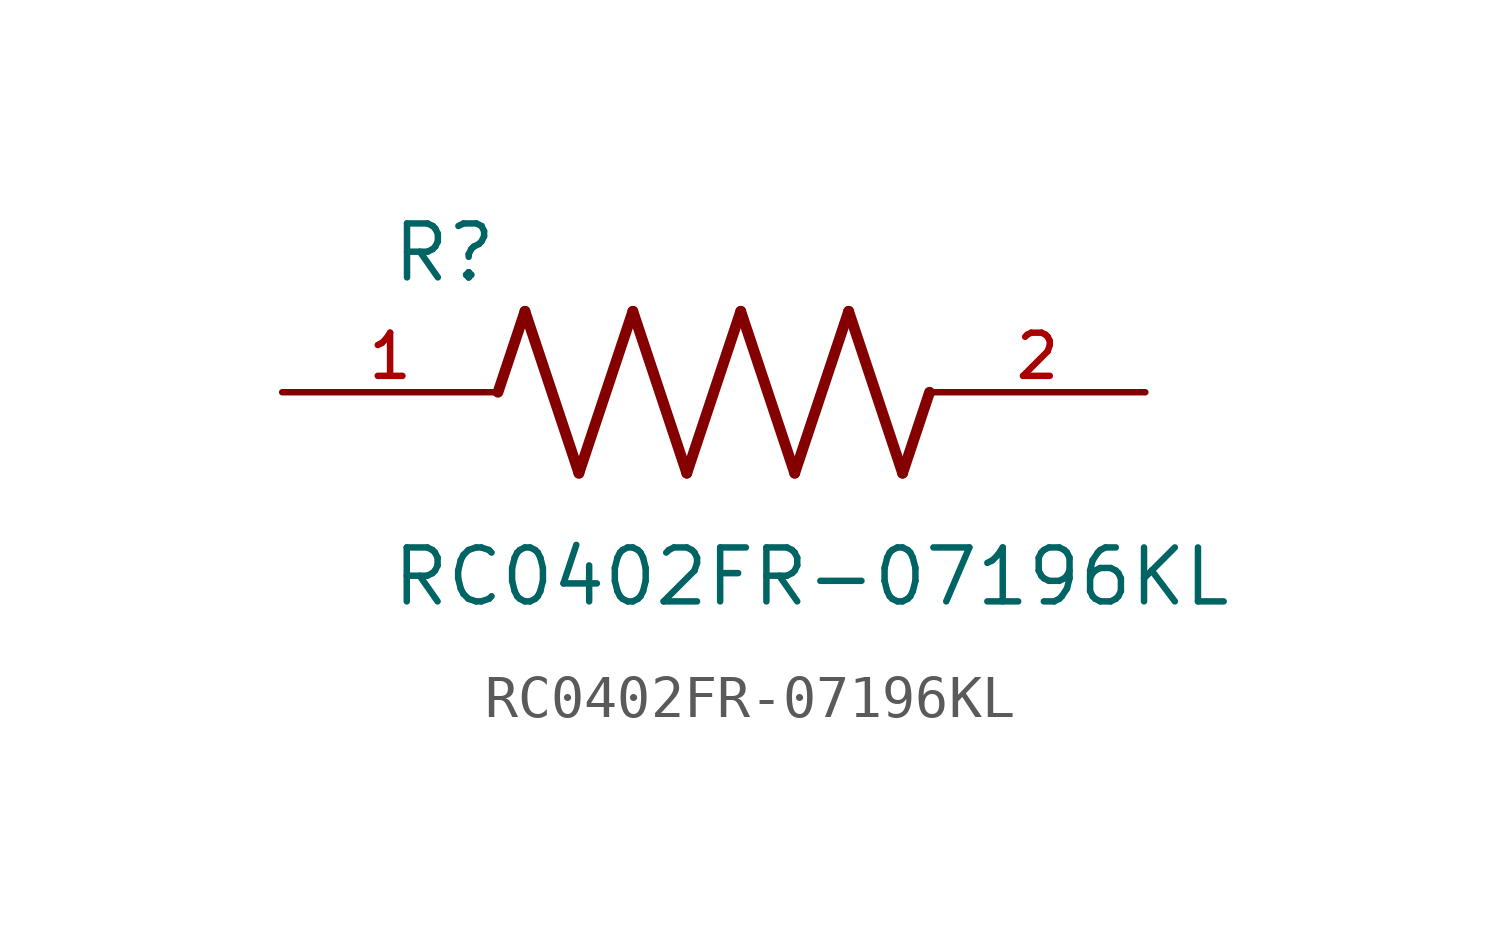
<source format=kicad_sym>
(kicad_symbol_lib
  (version 20211014)
  (generator kicad_symbol_editor)
  (symbol "RC0402FR-07196KL"
    (pin_names
      (offset 1.016))
    (property "Reference" "R"
      (at -7.624 2.541 0)
      (effects (font (size 1.27 1.27)) (justify bottom left)))
    (property "Value" "RC0402FR-07196KL"
      (at -7.63 -5.087 0)
      (effects (font (size 1.27 1.27)) (justify bottom left)))
    (symbol "RC0402FR-07196KL_0_0"
      (polyline (pts (xy -5.08 0.0) (xy -4.445 1.905)) (stroke (width 0.254)))
      (polyline (pts (xy -4.445 1.905) (xy -3.175 -1.905)) (stroke (width 0.254)))
      (polyline (pts (xy -3.175 -1.905) (xy -1.905 1.905)) (stroke (width 0.254)))
      (polyline (pts (xy -1.905 1.905) (xy -0.635 -1.905)) (stroke (width 0.254)))
      (polyline (pts (xy -0.635 -1.905) (xy 0.635 1.905)) (stroke (width 0.254)))
      (polyline (pts (xy 0.635 1.905) (xy 1.905 -1.905)) (stroke (width 0.254)))
      (polyline (pts (xy 1.905 -1.905) (xy 3.175 1.905)) (stroke (width 0.254)))
      (polyline (pts (xy 3.175 1.905) (xy 4.445 -1.905)) (stroke (width 0.254)))
      (polyline (pts (xy 4.445 -1.905) (xy 5.08 0.0)) (stroke (width 0.254)))
      (pin passive line (at -10.16 0.0 0) (length 5.08) (name "~" (effects (font (size 1.016 1.016)))) (number "1" (effects (font (size 1.016 1.016)))))
      (pin passive line (at 10.16 0.0 180.0) (length 5.08) (name "~" (effects (font (size 1.016 1.016)))) (number "2" (effects (font (size 1.016 1.016))))))))
</source>
